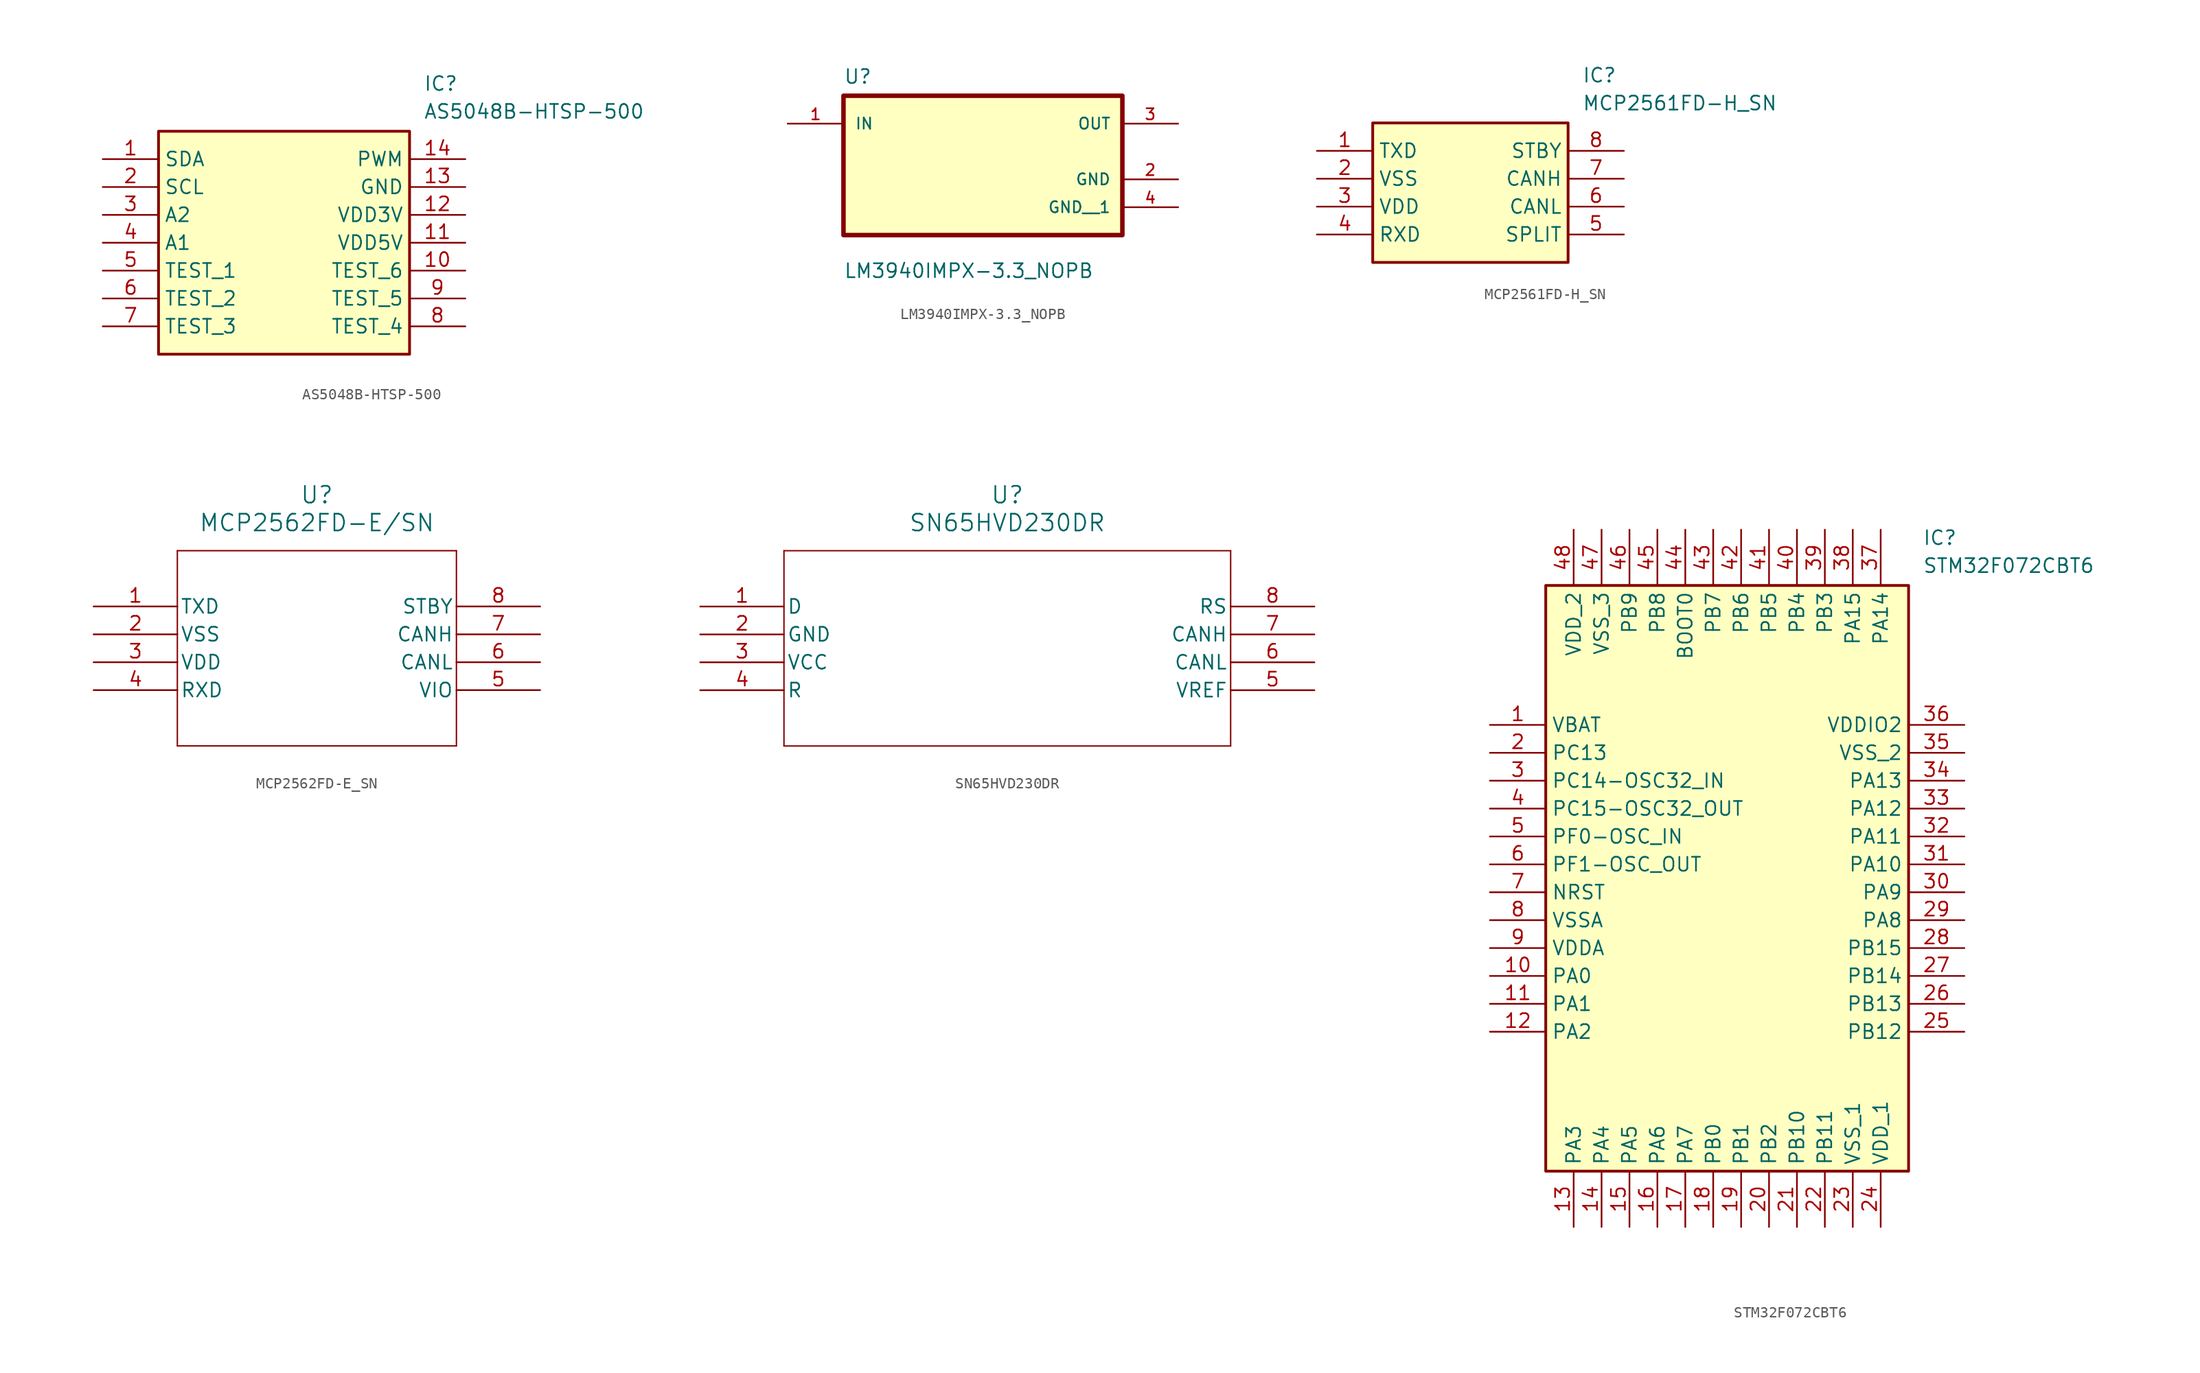
<source format=kicad_sym>
(kicad_symbol_lib
  (version 20241209)
  (generator "kicad_symbol_editor")
  (generator_version "9.0")
  (symbol "AS5048B-HTSP-500"
    (property "Reference" "IC"
      (at 29.21 7.62 0)
      (effects (font (size 1.27 1.27)) (justify left top)))
    (property "Value" "AS5048B-HTSP-500"
      (at 29.21 5.08 0)
      (effects (font (size 1.27 1.27)) (justify left top)))
    (symbol "AS5048B-HTSP-500_1_1"
      (rectangle (start 5.08 2.54) (end 27.94 -17.78) (stroke (width 0.254) (type default)) (fill (type background)))
      (pin passive line (at 0 0 0) (length 5.08) (name "SDA" (effects (font (size 1.27 1.27)))) (number "1" (effects (font (size 1.27 1.27)))))
      (pin passive line (at 0 -2.54 0) (length 5.08) (name "SCL" (effects (font (size 1.27 1.27)))) (number "2" (effects (font (size 1.27 1.27)))))
      (pin passive line (at 0 -5.08 0) (length 5.08) (name "A2" (effects (font (size 1.27 1.27)))) (number "3" (effects (font (size 1.27 1.27)))))
      (pin passive line (at 0 -7.62 0) (length 5.08) (name "A1" (effects (font (size 1.27 1.27)))) (number "4" (effects (font (size 1.27 1.27)))))
      (pin passive line (at 0 -10.16 0) (length 5.08) (name "TEST_1" (effects (font (size 1.27 1.27)))) (number "5" (effects (font (size 1.27 1.27)))))
      (pin passive line (at 0 -12.7 0) (length 5.08) (name "TEST_2" (effects (font (size 1.27 1.27)))) (number "6" (effects (font (size 1.27 1.27)))))
      (pin passive line (at 0 -15.24 0) (length 5.08) (name "TEST_3" (effects (font (size 1.27 1.27)))) (number "7" (effects (font (size 1.27 1.27)))))
      (pin passive line (at 33.02 0 180) (length 5.08) (name "PWM" (effects (font (size 1.27 1.27)))) (number "14" (effects (font (size 1.27 1.27)))))
      (pin passive line (at 33.02 -2.54 180) (length 5.08) (name "GND" (effects (font (size 1.27 1.27)))) (number "13" (effects (font (size 1.27 1.27)))))
      (pin passive line (at 33.02 -5.08 180) (length 5.08) (name "VDD3V" (effects (font (size 1.27 1.27)))) (number "12" (effects (font (size 1.27 1.27)))))
      (pin passive line (at 33.02 -7.62 180) (length 5.08) (name "VDD5V" (effects (font (size 1.27 1.27)))) (number "11" (effects (font (size 1.27 1.27)))))
      (pin passive line (at 33.02 -10.16 180) (length 5.08) (name "TEST_6" (effects (font (size 1.27 1.27)))) (number "10" (effects (font (size 1.27 1.27)))))
      (pin passive line (at 33.02 -12.7 180) (length 5.08) (name "TEST_5" (effects (font (size 1.27 1.27)))) (number "9" (effects (font (size 1.27 1.27)))))
      (pin passive line (at 33.02 -15.24 180) (length 5.08) (name "TEST_4" (effects (font (size 1.27 1.27)))) (number "8" (effects (font (size 1.27 1.27)))))))
  (symbol "LM3940IMPX-3.3_NOPB"
    (pin_names
      (offset 1.016))
    (property "Reference" "U"
      (at -12.7 6.08 0)
      (effects (font (size 1.27 1.27)) (justify left bottom)))
    (property "Value" "LM3940IMPX-3.3_NOPB"
      (at -12.7 -11.62 0)
      (effects (font (size 1.27 1.27)) (justify left bottom)))
    (symbol "LM3940IMPX-3.3_NOPB_0_0"
      (rectangle (start -12.7 -7.62) (end 12.7 5.08) (stroke (width 0.41) (type default)) (fill (type background)))
      (pin input line (at -17.78 2.54 0) (length 5.08) (name "IN" (effects (font (size 1.016 1.016)))) (number "1" (effects (font (size 1.016 1.016)))))
      (pin output line (at 17.78 2.54 180) (length 5.08) (name "OUT" (effects (font (size 1.016 1.016)))) (number "3" (effects (font (size 1.016 1.016)))))
      (pin power_in line (at 17.78 -2.54 180) (length 5.08) (name "GND" (effects (font (size 1.016 1.016)))) (number "2" (effects (font (size 1.016 1.016)))))
      (pin power_in line (at 17.78 -5.08 180) (length 5.08) (name "GND__1" (effects (font (size 1.016 1.016)))) (number "4" (effects (font (size 1.016 1.016)))))))
  (symbol "MCP2561FD-H_SN"
    (property "Reference" "IC"
      (at 24.13 7.62 0)
      (effects (font (size 1.27 1.27)) (justify left top)))
    (property "Value" "MCP2561FD-H_SN"
      (at 24.13 5.08 0)
      (effects (font (size 1.27 1.27)) (justify left top)))
    (symbol "MCP2561FD-H_SN_1_1"
      (rectangle (start 5.08 2.54) (end 22.86 -10.16) (stroke (width 0.254) (type default)) (fill (type background)))
      (pin passive line (at 0 0 0) (length 5.08) (name "TXD" (effects (font (size 1.27 1.27)))) (number "1" (effects (font (size 1.27 1.27)))))
      (pin passive line (at 0 -2.54 0) (length 5.08) (name "VSS" (effects (font (size 1.27 1.27)))) (number "2" (effects (font (size 1.27 1.27)))))
      (pin passive line (at 0 -5.08 0) (length 5.08) (name "VDD" (effects (font (size 1.27 1.27)))) (number "3" (effects (font (size 1.27 1.27)))))
      (pin passive line (at 0 -7.62 0) (length 5.08) (name "RXD" (effects (font (size 1.27 1.27)))) (number "4" (effects (font (size 1.27 1.27)))))
      (pin passive line (at 27.94 0 180) (length 5.08) (name "STBY" (effects (font (size 1.27 1.27)))) (number "8" (effects (font (size 1.27 1.27)))))
      (pin passive line (at 27.94 -2.54 180) (length 5.08) (name "CANH" (effects (font (size 1.27 1.27)))) (number "7" (effects (font (size 1.27 1.27)))))
      (pin passive line (at 27.94 -5.08 180) (length 5.08) (name "CANL" (effects (font (size 1.27 1.27)))) (number "6" (effects (font (size 1.27 1.27)))))
      (pin passive line (at 27.94 -7.62 180) (length 5.08) (name "SPLIT" (effects (font (size 1.27 1.27)))) (number "5" (effects (font (size 1.27 1.27)))))))
  (symbol "MCP2562FD-E_SN"
    (pin_names
      (offset 0.254))
    (property "Reference" "U"
      (at 20.32 10.16 0)
      (effects (font (size 1.524 1.524))))
    (property "Value" "MCP2562FD-E/SN"
      (at 20.32 7.62 0)
      (effects (font (size 1.524 1.524))))
    (property "ki_locked" ""
      (at 0 0 0)
      (effects (font (size 1.27 1.27))))
    (symbol "MCP2562FD-E_SN_0_1"
      (polyline (pts (xy 7.62 5.08) (xy 7.62 -12.7)) (stroke (width 0.127) (type default)) (fill (type none)))
      (polyline (pts (xy 7.62 -12.7) (xy 33.02 -12.7)) (stroke (width 0.127) (type default)) (fill (type none)))
      (polyline (pts (xy 33.02 5.08) (xy 7.62 5.08)) (stroke (width 0.127) (type default)) (fill (type none)))
      (polyline (pts (xy 33.02 -12.7) (xy 33.02 5.08)) (stroke (width 0.127) (type default)) (fill (type none)))
      (pin input line (at 0 0 0) (length 7.62) (name "TXD" (effects (font (size 1.27 1.27)))) (number "1" (effects (font (size 1.27 1.27)))))
      (pin power_in line (at 0 -2.54 0) (length 7.62) (name "VSS" (effects (font (size 1.27 1.27)))) (number "2" (effects (font (size 1.27 1.27)))))
      (pin power_in line (at 0 -5.08 0) (length 7.62) (name "VDD" (effects (font (size 1.27 1.27)))) (number "3" (effects (font (size 1.27 1.27)))))
      (pin output line (at 0 -7.62 0) (length 7.62) (name "RXD" (effects (font (size 1.27 1.27)))) (number "4" (effects (font (size 1.27 1.27)))))
      (pin input line (at 40.64 0 180) (length 7.62) (name "STBY" (effects (font (size 1.27 1.27)))) (number "8" (effects (font (size 1.27 1.27)))))
      (pin bidirectional line (at 40.64 -2.54 180) (length 7.62) (name "CANH" (effects (font (size 1.27 1.27)))) (number "7" (effects (font (size 1.27 1.27)))))
      (pin bidirectional line (at 40.64 -5.08 180) (length 7.62) (name "CANL" (effects (font (size 1.27 1.27)))) (number "6" (effects (font (size 1.27 1.27)))))
      (pin power_in line (at 40.64 -7.62 180) (length 7.62) (name "VIO" (effects (font (size 1.27 1.27)))) (number "5" (effects (font (size 1.27 1.27)))))))
  (symbol "SN65HVD230DR"
    (pin_names
      (offset 0.254))
    (property "Reference" "U"
      (at 27.94 10.16 0)
      (effects (font (size 1.524 1.524))))
    (property "Value" "SN65HVD230DR"
      (at 27.94 7.62 0)
      (effects (font (size 1.524 1.524))))
    (property "ki_locked" ""
      (at 0 0 0)
      (effects (font (size 1.27 1.27))))
    (symbol "SN65HVD230DR_0_1"
      (polyline (pts (xy 7.62 5.08) (xy 7.62 -12.7)) (stroke (width 0.127) (type default)) (fill (type none)))
      (polyline (pts (xy 7.62 -12.7) (xy 48.26 -12.7)) (stroke (width 0.127) (type default)) (fill (type none)))
      (polyline (pts (xy 48.26 5.08) (xy 7.62 5.08)) (stroke (width 0.127) (type default)) (fill (type none)))
      (polyline (pts (xy 48.26 -12.7) (xy 48.26 5.08)) (stroke (width 0.127) (type default)) (fill (type none)))
      (pin input line (at 0 0 0) (length 7.62) (name "D" (effects (font (size 1.27 1.27)))) (number "1" (effects (font (size 1.27 1.27)))))
      (pin power_in line (at 0 -2.54 0) (length 7.62) (name "GND" (effects (font (size 1.27 1.27)))) (number "2" (effects (font (size 1.27 1.27)))))
      (pin power_in line (at 0 -5.08 0) (length 7.62) (name "VCC" (effects (font (size 1.27 1.27)))) (number "3" (effects (font (size 1.27 1.27)))))
      (pin input line (at 0 -7.62 0) (length 7.62) (name "R" (effects (font (size 1.27 1.27)))) (number "4" (effects (font (size 1.27 1.27)))))
      (pin input line (at 55.88 0 180) (length 7.62) (name "RS" (effects (font (size 1.27 1.27)))) (number "8" (effects (font (size 1.27 1.27)))))
      (pin output line (at 55.88 -2.54 180) (length 7.62) (name "CANH" (effects (font (size 1.27 1.27)))) (number "7" (effects (font (size 1.27 1.27)))))
      (pin output line (at 55.88 -5.08 180) (length 7.62) (name "CANL" (effects (font (size 1.27 1.27)))) (number "6" (effects (font (size 1.27 1.27)))))
      (pin power_in line (at 55.88 -7.62 180) (length 7.62) (name "VREF" (effects (font (size 1.27 1.27)))) (number "5" (effects (font (size 1.27 1.27)))))))
  (symbol "STM32F072CBT6"
    (property "Reference" "IC"
      (at 39.37 17.78 0)
      (effects (font (size 1.27 1.27)) (justify left top)))
    (property "Value" "STM32F072CBT6"
      (at 39.37 15.24 0)
      (effects (font (size 1.27 1.27)) (justify left top)))
    (symbol "STM32F072CBT6_1_1"
      (rectangle (start 5.08 12.7) (end 38.1 -40.64) (stroke (width 0.254) (type default)) (fill (type background)))
      (pin passive line (at 0 0 0) (length 5.08) (name "VBAT" (effects (font (size 1.27 1.27)))) (number "1" (effects (font (size 1.27 1.27)))))
      (pin passive line (at 0 -2.54 0) (length 5.08) (name "PC13" (effects (font (size 1.27 1.27)))) (number "2" (effects (font (size 1.27 1.27)))))
      (pin passive line (at 0 -5.08 0) (length 5.08) (name "PC14-OSC32_IN" (effects (font (size 1.27 1.27)))) (number "3" (effects (font (size 1.27 1.27)))))
      (pin passive line (at 0 -7.62 0) (length 5.08) (name "PC15-OSC32_OUT" (effects (font (size 1.27 1.27)))) (number "4" (effects (font (size 1.27 1.27)))))
      (pin passive line (at 0 -10.16 0) (length 5.08) (name "PF0-OSC_IN" (effects (font (size 1.27 1.27)))) (number "5" (effects (font (size 1.27 1.27)))))
      (pin passive line (at 0 -12.7 0) (length 5.08) (name "PF1-OSC_OUT" (effects (font (size 1.27 1.27)))) (number "6" (effects (font (size 1.27 1.27)))))
      (pin passive line (at 0 -15.24 0) (length 5.08) (name "NRST" (effects (font (size 1.27 1.27)))) (number "7" (effects (font (size 1.27 1.27)))))
      (pin passive line (at 0 -17.78 0) (length 5.08) (name "VSSA" (effects (font (size 1.27 1.27)))) (number "8" (effects (font (size 1.27 1.27)))))
      (pin passive line (at 0 -20.32 0) (length 5.08) (name "VDDA" (effects (font (size 1.27 1.27)))) (number "9" (effects (font (size 1.27 1.27)))))
      (pin passive line (at 0 -22.86 0) (length 5.08) (name "PA0" (effects (font (size 1.27 1.27)))) (number "10" (effects (font (size 1.27 1.27)))))
      (pin passive line (at 0 -25.4 0) (length 5.08) (name "PA1" (effects (font (size 1.27 1.27)))) (number "11" (effects (font (size 1.27 1.27)))))
      (pin passive line (at 0 -27.94 0) (length 5.08) (name "PA2" (effects (font (size 1.27 1.27)))) (number "12" (effects (font (size 1.27 1.27)))))
      (pin passive line (at 7.62 17.78 270) (length 5.08) (name "VDD_2" (effects (font (size 1.27 1.27)))) (number "48" (effects (font (size 1.27 1.27)))))
      (pin passive line (at 7.62 -45.72 90) (length 5.08) (name "PA3" (effects (font (size 1.27 1.27)))) (number "13" (effects (font (size 1.27 1.27)))))
      (pin passive line (at 10.16 17.78 270) (length 5.08) (name "VSS_3" (effects (font (size 1.27 1.27)))) (number "47" (effects (font (size 1.27 1.27)))))
      (pin passive line (at 10.16 -45.72 90) (length 5.08) (name "PA4" (effects (font (size 1.27 1.27)))) (number "14" (effects (font (size 1.27 1.27)))))
      (pin passive line (at 12.7 17.78 270) (length 5.08) (name "PB9" (effects (font (size 1.27 1.27)))) (number "46" (effects (font (size 1.27 1.27)))))
      (pin passive line (at 12.7 -45.72 90) (length 5.08) (name "PA5" (effects (font (size 1.27 1.27)))) (number "15" (effects (font (size 1.27 1.27)))))
      (pin passive line (at 15.24 17.78 270) (length 5.08) (name "PB8" (effects (font (size 1.27 1.27)))) (number "45" (effects (font (size 1.27 1.27)))))
      (pin passive line (at 15.24 -45.72 90) (length 5.08) (name "PA6" (effects (font (size 1.27 1.27)))) (number "16" (effects (font (size 1.27 1.27)))))
      (pin passive line (at 17.78 17.78 270) (length 5.08) (name "BOOT0" (effects (font (size 1.27 1.27)))) (number "44" (effects (font (size 1.27 1.27)))))
      (pin passive line (at 17.78 -45.72 90) (length 5.08) (name "PA7" (effects (font (size 1.27 1.27)))) (number "17" (effects (font (size 1.27 1.27)))))
      (pin passive line (at 20.32 17.78 270) (length 5.08) (name "PB7" (effects (font (size 1.27 1.27)))) (number "43" (effects (font (size 1.27 1.27)))))
      (pin passive line (at 20.32 -45.72 90) (length 5.08) (name "PB0" (effects (font (size 1.27 1.27)))) (number "18" (effects (font (size 1.27 1.27)))))
      (pin passive line (at 22.86 17.78 270) (length 5.08) (name "PB6" (effects (font (size 1.27 1.27)))) (number "42" (effects (font (size 1.27 1.27)))))
      (pin passive line (at 22.86 -45.72 90) (length 5.08) (name "PB1" (effects (font (size 1.27 1.27)))) (number "19" (effects (font (size 1.27 1.27)))))
      (pin passive line (at 25.4 17.78 270) (length 5.08) (name "PB5" (effects (font (size 1.27 1.27)))) (number "41" (effects (font (size 1.27 1.27)))))
      (pin passive line (at 25.4 -45.72 90) (length 5.08) (name "PB2" (effects (font (size 1.27 1.27)))) (number "20" (effects (font (size 1.27 1.27)))))
      (pin passive line (at 27.94 17.78 270) (length 5.08) (name "PB4" (effects (font (size 1.27 1.27)))) (number "40" (effects (font (size 1.27 1.27)))))
      (pin passive line (at 27.94 -45.72 90) (length 5.08) (name "PB10" (effects (font (size 1.27 1.27)))) (number "21" (effects (font (size 1.27 1.27)))))
      (pin passive line (at 30.48 17.78 270) (length 5.08) (name "PB3" (effects (font (size 1.27 1.27)))) (number "39" (effects (font (size 1.27 1.27)))))
      (pin passive line (at 30.48 -45.72 90) (length 5.08) (name "PB11" (effects (font (size 1.27 1.27)))) (number "22" (effects (font (size 1.27 1.27)))))
      (pin passive line (at 33.02 17.78 270) (length 5.08) (name "PA15" (effects (font (size 1.27 1.27)))) (number "38" (effects (font (size 1.27 1.27)))))
      (pin passive line (at 33.02 -45.72 90) (length 5.08) (name "VSS_1" (effects (font (size 1.27 1.27)))) (number "23" (effects (font (size 1.27 1.27)))))
      (pin passive line (at 35.56 17.78 270) (length 5.08) (name "PA14" (effects (font (size 1.27 1.27)))) (number "37" (effects (font (size 1.27 1.27)))))
      (pin passive line (at 35.56 -45.72 90) (length 5.08) (name "VDD_1" (effects (font (size 1.27 1.27)))) (number "24" (effects (font (size 1.27 1.27)))))
      (pin passive line (at 43.18 0 180) (length 5.08) (name "VDDIO2" (effects (font (size 1.27 1.27)))) (number "36" (effects (font (size 1.27 1.27)))))
      (pin passive line (at 43.18 -2.54 180) (length 5.08) (name "VSS_2" (effects (font (size 1.27 1.27)))) (number "35" (effects (font (size 1.27 1.27)))))
      (pin passive line (at 43.18 -5.08 180) (length 5.08) (name "PA13" (effects (font (size 1.27 1.27)))) (number "34" (effects (font (size 1.27 1.27)))))
      (pin passive line (at 43.18 -7.62 180) (length 5.08) (name "PA12" (effects (font (size 1.27 1.27)))) (number "33" (effects (font (size 1.27 1.27)))))
      (pin passive line (at 43.18 -10.16 180) (length 5.08) (name "PA11" (effects (font (size 1.27 1.27)))) (number "32" (effects (font (size 1.27 1.27)))))
      (pin passive line (at 43.18 -12.7 180) (length 5.08) (name "PA10" (effects (font (size 1.27 1.27)))) (number "31" (effects (font (size 1.27 1.27)))))
      (pin passive line (at 43.18 -15.24 180) (length 5.08) (name "PA9" (effects (font (size 1.27 1.27)))) (number "30" (effects (font (size 1.27 1.27)))))
      (pin passive line (at 43.18 -17.78 180) (length 5.08) (name "PA8" (effects (font (size 1.27 1.27)))) (number "29" (effects (font (size 1.27 1.27)))))
      (pin passive line (at 43.18 -20.32 180) (length 5.08) (name "PB15" (effects (font (size 1.27 1.27)))) (number "28" (effects (font (size 1.27 1.27)))))
      (pin passive line (at 43.18 -22.86 180) (length 5.08) (name "PB14" (effects (font (size 1.27 1.27)))) (number "27" (effects (font (size 1.27 1.27)))))
      (pin passive line (at 43.18 -25.4 180) (length 5.08) (name "PB13" (effects (font (size 1.27 1.27)))) (number "26" (effects (font (size 1.27 1.27)))))
      (pin passive line (at 43.18 -27.94 180) (length 5.08) (name "PB12" (effects (font (size 1.27 1.27)))) (number "25" (effects (font (size 1.27 1.27))))))))
</source>
